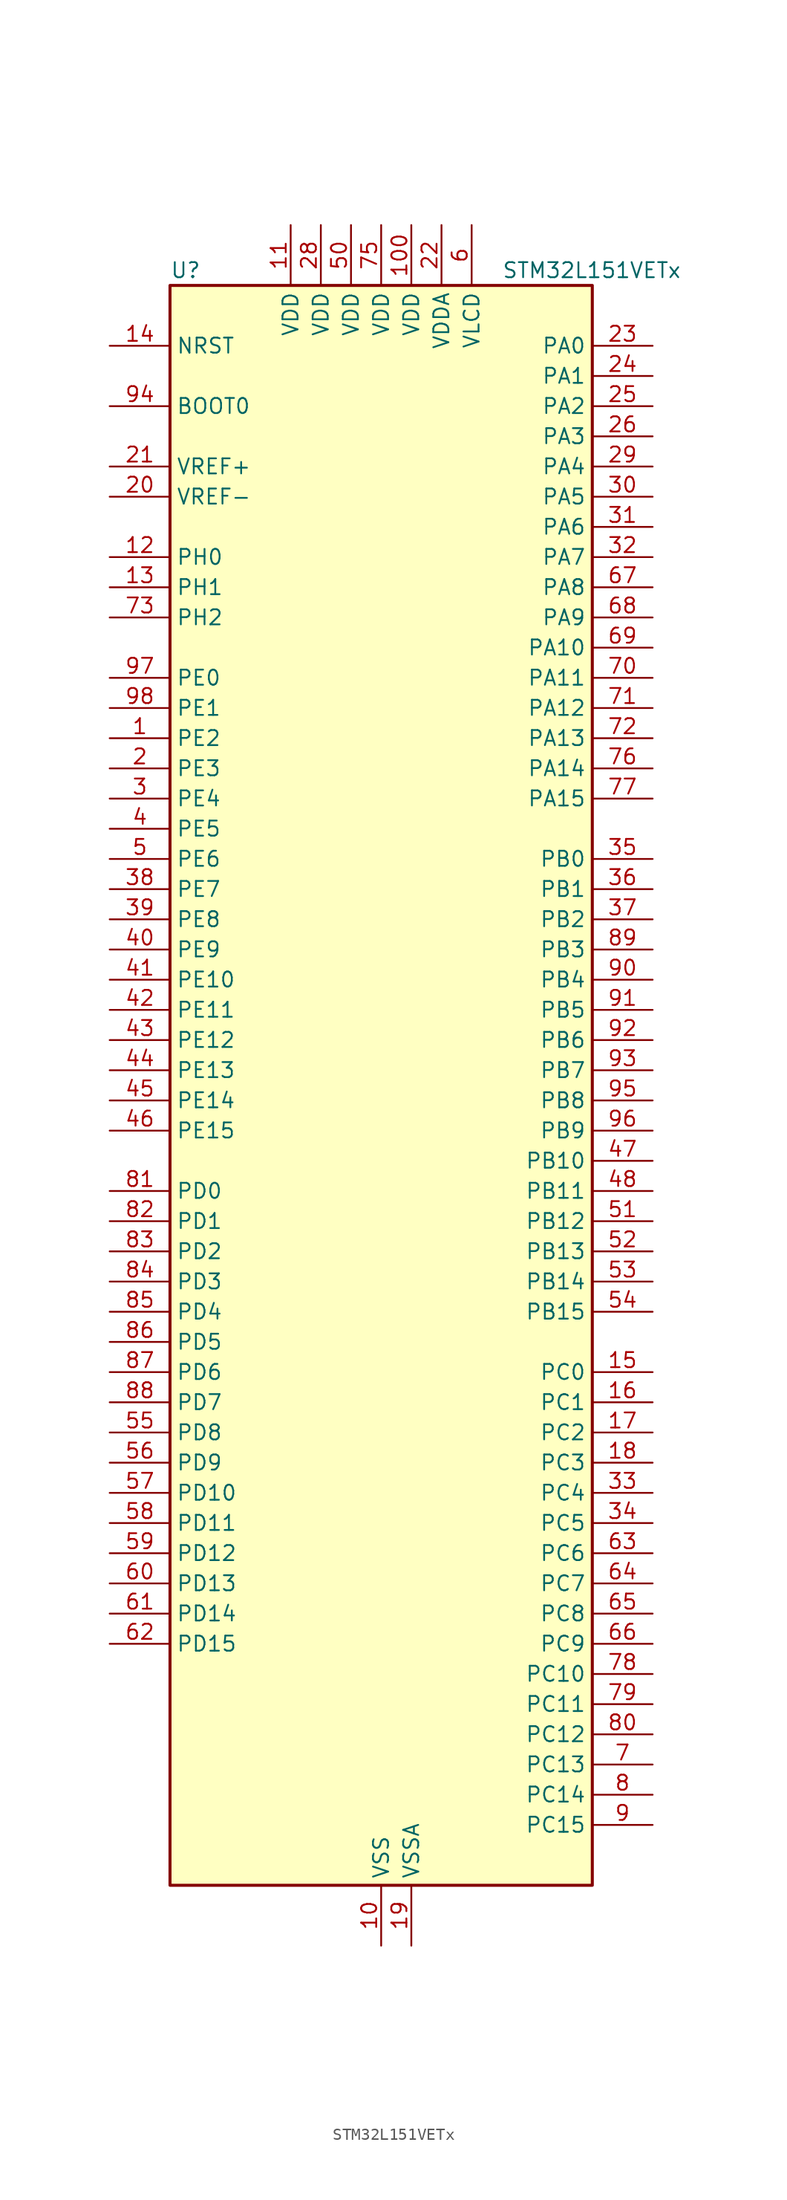
<source format=kicad_sym>
(kicad_symbol_lib
  (version 20241209)
  (generator "kicad_symbol_editor")
  (generator_version "9.0")
  (symbol "STM32L151VETx"
    (property "Reference" "U"
      (at -17.78 69.85 0)
      (effects (font (size 1.27 1.27)) (justify left)))
    (property "Value" "STM32L151VETx"
      (at 10.16 69.85 0)
      (effects (font (size 1.27 1.27)) (justify left)))
    (symbol "STM32L151VETx_0_1"
      (rectangle (start -17.78 -66.04) (end 17.78 68.58) (stroke (width 0.254) (type default)) (fill (type background))))
    (symbol "STM32L151VETx_1_1"
      (pin input line (at -22.86 63.5 0) (length 5.08) (name "NRST" (effects (font (size 1.27 1.27)))) (number "14" (effects (font (size 1.27 1.27)))))
      (pin input line (at -22.86 58.42 0) (length 5.08) (name "BOOT0" (effects (font (size 1.27 1.27)))) (number "94" (effects (font (size 1.27 1.27)))))
      (pin input line (at -22.86 53.34 0) (length 5.08) (name "VREF+" (effects (font (size 1.27 1.27)))) (number "21" (effects (font (size 1.27 1.27)))))
      (pin input line (at -22.86 50.8 0) (length 5.08) (name "VREF-" (effects (font (size 1.27 1.27)))) (number "20" (effects (font (size 1.27 1.27)))))
      (pin bidirectional line (at -22.86 45.72 0) (length 5.08) (name "PH0" (effects (font (size 1.27 1.27)))) (number "12" (effects (font (size 1.27 1.27)))) (alternate "RCC_OSC_IN" bidirectional line))
      (pin bidirectional line (at -22.86 43.18 0) (length 5.08) (name "PH1" (effects (font (size 1.27 1.27)))) (number "13" (effects (font (size 1.27 1.27)))) (alternate "RCC_OSC_OUT" bidirectional line))
      (pin bidirectional line (at -22.86 40.64 0) (length 5.08) (name "PH2" (effects (font (size 1.27 1.27)))) (number "73" (effects (font (size 1.27 1.27)))))
      (pin bidirectional line (at -22.86 35.56 0) (length 5.08) (name "PE0" (effects (font (size 1.27 1.27)))) (number "97" (effects (font (size 1.27 1.27)))) (alternate "TIM10_CH1" bidirectional line) (alternate "TIM4_ETR" bidirectional line) (alternate "TIMX_IC1" bidirectional line))
      (pin bidirectional line (at -22.86 33.02 0) (length 5.08) (name "PE1" (effects (font (size 1.27 1.27)))) (number "98" (effects (font (size 1.27 1.27)))) (alternate "TIM11_CH1" bidirectional line) (alternate "TIMX_IC2" bidirectional line))
      (pin bidirectional line (at -22.86 30.48 0) (length 5.08) (name "PE2" (effects (font (size 1.27 1.27)))) (number "1" (effects (font (size 1.27 1.27)))) (alternate "SYS_TRACECK" bidirectional line) (alternate "TIM3_ETR" bidirectional line) (alternate "TIMX_IC3" bidirectional line))
      (pin bidirectional line (at -22.86 27.94 0) (length 5.08) (name "PE3" (effects (font (size 1.27 1.27)))) (number "2" (effects (font (size 1.27 1.27)))) (alternate "SYS_TRACED0" bidirectional line) (alternate "TIM3_CH1" bidirectional line) (alternate "TIMX_IC4" bidirectional line))
      (pin bidirectional line (at -22.86 25.4 0) (length 5.08) (name "PE4" (effects (font (size 1.27 1.27)))) (number "3" (effects (font (size 1.27 1.27)))) (alternate "SYS_TRACED1" bidirectional line) (alternate "TIM3_CH2" bidirectional line) (alternate "TIMX_IC1" bidirectional line))
      (pin bidirectional line (at -22.86 22.86 0) (length 5.08) (name "PE5" (effects (font (size 1.27 1.27)))) (number "4" (effects (font (size 1.27 1.27)))) (alternate "SYS_TRACED2" bidirectional line) (alternate "TIM9_CH1" bidirectional line) (alternate "TIMX_IC2" bidirectional line))
      (pin bidirectional line (at -22.86 20.32 0) (length 5.08) (name "PE6" (effects (font (size 1.27 1.27)))) (number "5" (effects (font (size 1.27 1.27)))) (alternate "RTC_TAMP3" bidirectional line) (alternate "SYS_TRACED3" bidirectional line) (alternate "SYS_WKUP3" bidirectional line) (alternate "TIM9_CH2" bidirectional line) (alternate "TIMX_IC3" bidirectional line))
      (pin bidirectional line (at -22.86 17.78 0) (length 5.08) (name "PE7" (effects (font (size 1.27 1.27)))) (number "38" (effects (font (size 1.27 1.27)))) (alternate "ADC_IN22" bidirectional line) (alternate "COMP1_INP" bidirectional line) (alternate "TIMX_IC4" bidirectional line))
      (pin bidirectional line (at -22.86 15.24 0) (length 5.08) (name "PE8" (effects (font (size 1.27 1.27)))) (number "39" (effects (font (size 1.27 1.27)))) (alternate "ADC_IN23" bidirectional line) (alternate "COMP1_INP" bidirectional line) (alternate "TIMX_IC1" bidirectional line))
      (pin bidirectional line (at -22.86 12.7 0) (length 5.08) (name "PE9" (effects (font (size 1.27 1.27)))) (number "40" (effects (font (size 1.27 1.27)))) (alternate "ADC_IN24" bidirectional line) (alternate "COMP1_INP" bidirectional line) (alternate "DAC_EXTI9" bidirectional line) (alternate "TIM2_CH1" bidirectional line) (alternate "TIM2_ETR" bidirectional line) (alternate "TIMX_IC2" bidirectional line))
      (pin bidirectional line (at -22.86 10.16 0) (length 5.08) (name "PE10" (effects (font (size 1.27 1.27)))) (number "41" (effects (font (size 1.27 1.27)))) (alternate "ADC_IN25" bidirectional line) (alternate "COMP1_INP" bidirectional line) (alternate "TIM2_CH2" bidirectional line) (alternate "TIMX_IC3" bidirectional line))
      (pin bidirectional line (at -22.86 7.62 0) (length 5.08) (name "PE11" (effects (font (size 1.27 1.27)))) (number "42" (effects (font (size 1.27 1.27)))) (alternate "ADC_EXTI11" bidirectional line) (alternate "TIM2_CH3" bidirectional line) (alternate "TIMX_IC4" bidirectional line))
      (pin bidirectional line (at -22.86 5.08 0) (length 5.08) (name "PE12" (effects (font (size 1.27 1.27)))) (number "43" (effects (font (size 1.27 1.27)))) (alternate "SPI1_NSS" bidirectional line) (alternate "TIM2_CH4" bidirectional line) (alternate "TIMX_IC1" bidirectional line))
      (pin bidirectional line (at -22.86 2.54 0) (length 5.08) (name "PE13" (effects (font (size 1.27 1.27)))) (number "44" (effects (font (size 1.27 1.27)))) (alternate "SPI1_SCK" bidirectional line) (alternate "TIMX_IC2" bidirectional line))
      (pin bidirectional line (at -22.86 0 0) (length 5.08) (name "PE14" (effects (font (size 1.27 1.27)))) (number "45" (effects (font (size 1.27 1.27)))) (alternate "SPI1_MISO" bidirectional line) (alternate "TIMX_IC3" bidirectional line))
      (pin bidirectional line (at -22.86 -2.54 0) (length 5.08) (name "PE15" (effects (font (size 1.27 1.27)))) (number "46" (effects (font (size 1.27 1.27)))) (alternate "ADC_EXTI15" bidirectional line) (alternate "SPI1_MOSI" bidirectional line) (alternate "TIMX_IC4" bidirectional line))
      (pin bidirectional line (at -22.86 -7.62 0) (length 5.08) (name "PD0" (effects (font (size 1.27 1.27)))) (number "81" (effects (font (size 1.27 1.27)))) (alternate "I2S2_WS" bidirectional line) (alternate "SPI2_NSS" bidirectional line) (alternate "TIM9_CH1" bidirectional line) (alternate "TIMX_IC1" bidirectional line))
      (pin bidirectional line (at -22.86 -10.16 0) (length 5.08) (name "PD1" (effects (font (size 1.27 1.27)))) (number "82" (effects (font (size 1.27 1.27)))) (alternate "I2S2_CK" bidirectional line) (alternate "SPI2_SCK" bidirectional line) (alternate "TIMX_IC2" bidirectional line))
      (pin bidirectional line (at -22.86 -12.7 0) (length 5.08) (name "PD2" (effects (font (size 1.27 1.27)))) (number "83" (effects (font (size 1.27 1.27)))) (alternate "TIM3_ETR" bidirectional line) (alternate "TIMX_IC3" bidirectional line) (alternate "UART5_RX" bidirectional line))
      (pin bidirectional line (at -22.86 -15.24 0) (length 5.08) (name "PD3" (effects (font (size 1.27 1.27)))) (number "84" (effects (font (size 1.27 1.27)))) (alternate "SPI2_MISO" bidirectional line) (alternate "TIMX_IC4" bidirectional line) (alternate "USART2_CTS" bidirectional line))
      (pin bidirectional line (at -22.86 -17.78 0) (length 5.08) (name "PD4" (effects (font (size 1.27 1.27)))) (number "85" (effects (font (size 1.27 1.27)))) (alternate "I2S2_SD" bidirectional line) (alternate "SPI2_MOSI" bidirectional line) (alternate "TIMX_IC1" bidirectional line) (alternate "USART2_RTS" bidirectional line))
      (pin bidirectional line (at -22.86 -20.32 0) (length 5.08) (name "PD5" (effects (font (size 1.27 1.27)))) (number "86" (effects (font (size 1.27 1.27)))) (alternate "TIMX_IC2" bidirectional line) (alternate "USART2_TX" bidirectional line))
      (pin bidirectional line (at -22.86 -22.86 0) (length 5.08) (name "PD6" (effects (font (size 1.27 1.27)))) (number "87" (effects (font (size 1.27 1.27)))) (alternate "TIMX_IC3" bidirectional line) (alternate "USART2_RX" bidirectional line))
      (pin bidirectional line (at -22.86 -25.4 0) (length 5.08) (name "PD7" (effects (font (size 1.27 1.27)))) (number "88" (effects (font (size 1.27 1.27)))) (alternate "TIM9_CH2" bidirectional line) (alternate "TIMX_IC4" bidirectional line) (alternate "USART2_CK" bidirectional line))
      (pin bidirectional line (at -22.86 -27.94 0) (length 5.08) (name "PD8" (effects (font (size 1.27 1.27)))) (number "55" (effects (font (size 1.27 1.27)))) (alternate "TIMX_IC1" bidirectional line) (alternate "USART3_TX" bidirectional line))
      (pin bidirectional line (at -22.86 -30.48 0) (length 5.08) (name "PD9" (effects (font (size 1.27 1.27)))) (number "56" (effects (font (size 1.27 1.27)))) (alternate "DAC_EXTI9" bidirectional line) (alternate "TIMX_IC2" bidirectional line) (alternate "USART3_RX" bidirectional line))
      (pin bidirectional line (at -22.86 -33.02 0) (length 5.08) (name "PD10" (effects (font (size 1.27 1.27)))) (number "57" (effects (font (size 1.27 1.27)))) (alternate "TIMX_IC3" bidirectional line) (alternate "USART3_CK" bidirectional line))
      (pin bidirectional line (at -22.86 -35.56 0) (length 5.08) (name "PD11" (effects (font (size 1.27 1.27)))) (number "58" (effects (font (size 1.27 1.27)))) (alternate "ADC_EXTI11" bidirectional line) (alternate "TIMX_IC4" bidirectional line) (alternate "USART3_CTS" bidirectional line))
      (pin bidirectional line (at -22.86 -38.1 0) (length 5.08) (name "PD12" (effects (font (size 1.27 1.27)))) (number "59" (effects (font (size 1.27 1.27)))) (alternate "TIM4_CH1" bidirectional line) (alternate "TIMX_IC1" bidirectional line) (alternate "USART3_RTS" bidirectional line))
      (pin bidirectional line (at -22.86 -40.64 0) (length 5.08) (name "PD13" (effects (font (size 1.27 1.27)))) (number "60" (effects (font (size 1.27 1.27)))) (alternate "TIM4_CH2" bidirectional line) (alternate "TIMX_IC2" bidirectional line))
      (pin bidirectional line (at -22.86 -43.18 0) (length 5.08) (name "PD14" (effects (font (size 1.27 1.27)))) (number "61" (effects (font (size 1.27 1.27)))) (alternate "TIM4_CH3" bidirectional line) (alternate "TIMX_IC3" bidirectional line))
      (pin bidirectional line (at -22.86 -45.72 0) (length 5.08) (name "PD15" (effects (font (size 1.27 1.27)))) (number "62" (effects (font (size 1.27 1.27)))) (alternate "ADC_EXTI15" bidirectional line) (alternate "TIM4_CH4" bidirectional line) (alternate "TIMX_IC4" bidirectional line))
      (pin power_in line (at -7.62 73.66 270) (length 5.08) (name "VDD" (effects (font (size 1.27 1.27)))) (number "11" (effects (font (size 1.27 1.27)))))
      (pin power_in line (at -5.08 73.66 270) (length 5.08) (name "VDD" (effects (font (size 1.27 1.27)))) (number "28" (effects (font (size 1.27 1.27)))))
      (pin power_in line (at -2.54 73.66 270) (length 5.08) (name "VDD" (effects (font (size 1.27 1.27)))) (number "50" (effects (font (size 1.27 1.27)))))
      (pin power_in line (at 0 73.66 270) (length 5.08) (name "VDD" (effects (font (size 1.27 1.27)))) (number "75" (effects (font (size 1.27 1.27)))))
      (pin power_in line (at 0 -71.12 90) (length 5.08) (name "VSS" (effects (font (size 1.27 1.27)))) (number "10" (effects (font (size 1.27 1.27)))))
      (pin passive line (at 0 -71.12 90) (length 5.08) (hide yes) (name "VSS" (effects (font (size 1.27 1.27)))) (number "27" (effects (font (size 1.27 1.27)))))
      (pin passive line (at 0 -71.12 90) (length 5.08) (hide yes) (name "VSS" (effects (font (size 1.27 1.27)))) (number "49" (effects (font (size 1.27 1.27)))))
      (pin passive line (at 0 -71.12 90) (length 5.08) (hide yes) (name "VSS" (effects (font (size 1.27 1.27)))) (number "74" (effects (font (size 1.27 1.27)))))
      (pin passive line (at 0 -71.12 90) (length 5.08) (hide yes) (name "VSS" (effects (font (size 1.27 1.27)))) (number "99" (effects (font (size 1.27 1.27)))))
      (pin power_in line (at 2.54 73.66 270) (length 5.08) (name "VDD" (effects (font (size 1.27 1.27)))) (number "100" (effects (font (size 1.27 1.27)))))
      (pin power_in line (at 2.54 -71.12 90) (length 5.08) (name "VSSA" (effects (font (size 1.27 1.27)))) (number "19" (effects (font (size 1.27 1.27)))))
      (pin power_in line (at 5.08 73.66 270) (length 5.08) (name "VDDA" (effects (font (size 1.27 1.27)))) (number "22" (effects (font (size 1.27 1.27)))))
      (pin power_in line (at 7.62 73.66 270) (length 5.08) (name "VLCD" (effects (font (size 1.27 1.27)))) (number "6" (effects (font (size 1.27 1.27)))))
      (pin bidirectional line (at 22.86 63.5 180) (length 5.08) (name "PA0" (effects (font (size 1.27 1.27)))) (number "23" (effects (font (size 1.27 1.27)))) (alternate "ADC_IN0" bidirectional line) (alternate "COMP1_INP" bidirectional line) (alternate "RTC_TAMP2" bidirectional line) (alternate "SYS_WKUP1" bidirectional line) (alternate "TIM2_CH1" bidirectional line) (alternate "TIM2_ETR" bidirectional line) (alternate "TIM5_CH1" bidirectional line) (alternate "TIMX_IC1" bidirectional line) (alternate "TS_G1_IO1" bidirectional line) (alternate "USART2_CTS" bidirectional line))
      (pin bidirectional line (at 22.86 60.96 180) (length 5.08) (name "PA1" (effects (font (size 1.27 1.27)))) (number "24" (effects (font (size 1.27 1.27)))) (alternate "ADC_IN1" bidirectional line) (alternate "COMP1_INP" bidirectional line) (alternate "OPAMP1_VINP" bidirectional line) (alternate "TIM2_CH2" bidirectional line) (alternate "TIM5_CH2" bidirectional line) (alternate "TIMX_IC2" bidirectional line) (alternate "TS_G1_IO2" bidirectional line) (alternate "USART2_RTS" bidirectional line))
      (pin bidirectional line (at 22.86 58.42 180) (length 5.08) (name "PA2" (effects (font (size 1.27 1.27)))) (number "25" (effects (font (size 1.27 1.27)))) (alternate "ADC_IN2" bidirectional line) (alternate "COMP1_INP" bidirectional line) (alternate "OPAMP1_VINM" bidirectional line) (alternate "TIM2_CH3" bidirectional line) (alternate "TIM5_CH3" bidirectional line) (alternate "TIM9_CH1" bidirectional line) (alternate "TIMX_IC3" bidirectional line) (alternate "TS_G1_IO3" bidirectional line) (alternate "USART2_TX" bidirectional line))
      (pin bidirectional line (at 22.86 55.88 180) (length 5.08) (name "PA3" (effects (font (size 1.27 1.27)))) (number "26" (effects (font (size 1.27 1.27)))) (alternate "ADC_IN3" bidirectional line) (alternate "COMP1_INP" bidirectional line) (alternate "OPAMP1_VOUT" bidirectional line) (alternate "TIM2_CH4" bidirectional line) (alternate "TIM5_CH4" bidirectional line) (alternate "TIM9_CH2" bidirectional line) (alternate "TIMX_IC4" bidirectional line) (alternate "TS_G1_IO4" bidirectional line) (alternate "USART2_RX" bidirectional line))
      (pin bidirectional line (at 22.86 53.34 180) (length 5.08) (name "PA4" (effects (font (size 1.27 1.27)))) (number "29" (effects (font (size 1.27 1.27)))) (alternate "ADC_IN4" bidirectional line) (alternate "COMP1_INP" bidirectional line) (alternate "DAC_OUT1" bidirectional line) (alternate "I2S3_WS" bidirectional line) (alternate "SPI1_NSS" bidirectional line) (alternate "SPI3_NSS" bidirectional line) (alternate "TIMX_IC1" bidirectional line) (alternate "USART2_CK" bidirectional line))
      (pin bidirectional line (at 22.86 50.8 180) (length 5.08) (name "PA5" (effects (font (size 1.27 1.27)))) (number "30" (effects (font (size 1.27 1.27)))) (alternate "ADC_IN5" bidirectional line) (alternate "COMP1_INP" bidirectional line) (alternate "DAC_OUT2" bidirectional line) (alternate "SPI1_SCK" bidirectional line) (alternate "TIM2_CH1" bidirectional line) (alternate "TIM2_ETR" bidirectional line) (alternate "TIMX_IC2" bidirectional line))
      (pin bidirectional line (at 22.86 48.26 180) (length 5.08) (name "PA6" (effects (font (size 1.27 1.27)))) (number "31" (effects (font (size 1.27 1.27)))) (alternate "ADC_IN6" bidirectional line) (alternate "COMP1_INP" bidirectional line) (alternate "OPAMP2_VINP" bidirectional line) (alternate "SPI1_MISO" bidirectional line) (alternate "TIM10_CH1" bidirectional line) (alternate "TIM3_CH1" bidirectional line) (alternate "TIMX_IC3" bidirectional line) (alternate "TS_G2_IO1" bidirectional line))
      (pin bidirectional line (at 22.86 45.72 180) (length 5.08) (name "PA7" (effects (font (size 1.27 1.27)))) (number "32" (effects (font (size 1.27 1.27)))) (alternate "ADC_IN7" bidirectional line) (alternate "COMP1_INP" bidirectional line) (alternate "OPAMP2_VINM" bidirectional line) (alternate "SPI1_MOSI" bidirectional line) (alternate "TIM11_CH1" bidirectional line) (alternate "TIM3_CH2" bidirectional line) (alternate "TIMX_IC4" bidirectional line) (alternate "TS_G2_IO2" bidirectional line))
      (pin bidirectional line (at 22.86 43.18 180) (length 5.08) (name "PA8" (effects (font (size 1.27 1.27)))) (number "67" (effects (font (size 1.27 1.27)))) (alternate "RCC_MCO" bidirectional line) (alternate "TIMX_IC1" bidirectional line) (alternate "TS_G4_IO1" bidirectional line) (alternate "USART1_CK" bidirectional line))
      (pin bidirectional line (at 22.86 40.64 180) (length 5.08) (name "PA9" (effects (font (size 1.27 1.27)))) (number "68" (effects (font (size 1.27 1.27)))) (alternate "DAC_EXTI9" bidirectional line) (alternate "TIMX_IC2" bidirectional line) (alternate "TS_G4_IO2" bidirectional line) (alternate "USART1_TX" bidirectional line))
      (pin bidirectional line (at 22.86 38.1 180) (length 5.08) (name "PA10" (effects (font (size 1.27 1.27)))) (number "69" (effects (font (size 1.27 1.27)))) (alternate "TIMX_IC3" bidirectional line) (alternate "TS_G4_IO3" bidirectional line) (alternate "USART1_RX" bidirectional line))
      (pin bidirectional line (at 22.86 35.56 180) (length 5.08) (name "PA11" (effects (font (size 1.27 1.27)))) (number "70" (effects (font (size 1.27 1.27)))) (alternate "ADC_EXTI11" bidirectional line) (alternate "SPI1_MISO" bidirectional line) (alternate "TIMX_IC4" bidirectional line) (alternate "USART1_CTS" bidirectional line) (alternate "USB_DM" bidirectional line))
      (pin bidirectional line (at 22.86 33.02 180) (length 5.08) (name "PA12" (effects (font (size 1.27 1.27)))) (number "71" (effects (font (size 1.27 1.27)))) (alternate "SPI1_MOSI" bidirectional line) (alternate "TIMX_IC1" bidirectional line) (alternate "USART1_RTS" bidirectional line) (alternate "USB_DP" bidirectional line))
      (pin bidirectional line (at 22.86 30.48 180) (length 5.08) (name "PA13" (effects (font (size 1.27 1.27)))) (number "72" (effects (font (size 1.27 1.27)))) (alternate "SYS_JTMS-SWDIO" bidirectional line) (alternate "TIMX_IC2" bidirectional line) (alternate "TS_G5_IO1" bidirectional line))
      (pin bidirectional line (at 22.86 27.94 180) (length 5.08) (name "PA14" (effects (font (size 1.27 1.27)))) (number "76" (effects (font (size 1.27 1.27)))) (alternate "SYS_JTCK-SWCLK" bidirectional line) (alternate "TIMX_IC3" bidirectional line) (alternate "TS_G5_IO2" bidirectional line))
      (pin bidirectional line (at 22.86 25.4 180) (length 5.08) (name "PA15" (effects (font (size 1.27 1.27)))) (number "77" (effects (font (size 1.27 1.27)))) (alternate "ADC_EXTI15" bidirectional line) (alternate "I2S3_WS" bidirectional line) (alternate "SPI1_NSS" bidirectional line) (alternate "SPI3_NSS" bidirectional line) (alternate "SYS_JTDI" bidirectional line) (alternate "TIM2_CH1" bidirectional line) (alternate "TIM2_ETR" bidirectional line) (alternate "TIMX_IC4" bidirectional line) (alternate "TS_G5_IO3" bidirectional line))
      (pin bidirectional line (at 22.86 20.32 180) (length 5.08) (name "PB0" (effects (font (size 1.27 1.27)))) (number "35" (effects (font (size 1.27 1.27)))) (alternate "ADC_IN8" bidirectional line) (alternate "COMP1_INP" bidirectional line) (alternate "OPAMP2_VOUT" bidirectional line) (alternate "SYS_V_REF_OUT" bidirectional line) (alternate "TIM3_CH3" bidirectional line) (alternate "TS_G3_IO1" bidirectional line))
      (pin bidirectional line (at 22.86 17.78 180) (length 5.08) (name "PB1" (effects (font (size 1.27 1.27)))) (number "36" (effects (font (size 1.27 1.27)))) (alternate "ADC_IN9" bidirectional line) (alternate "COMP1_INP" bidirectional line) (alternate "SYS_V_REF_OUT" bidirectional line) (alternate "TIM3_CH4" bidirectional line) (alternate "TS_G3_IO2" bidirectional line))
      (pin bidirectional line (at 22.86 15.24 180) (length 5.08) (name "PB2" (effects (font (size 1.27 1.27)))) (number "37" (effects (font (size 1.27 1.27)))) (alternate "ADC_IN0b" bidirectional line) (alternate "TS_G3_IO3" bidirectional line))
      (pin bidirectional line (at 22.86 12.7 180) (length 5.08) (name "PB3" (effects (font (size 1.27 1.27)))) (number "89" (effects (font (size 1.27 1.27)))) (alternate "COMP2_INM" bidirectional line) (alternate "I2S3_CK" bidirectional line) (alternate "SPI1_SCK" bidirectional line) (alternate "SPI3_SCK" bidirectional line) (alternate "SYS_JTDO-TRACESWO" bidirectional line) (alternate "TIM2_CH2" bidirectional line))
      (pin bidirectional line (at 22.86 10.16 180) (length 5.08) (name "PB4" (effects (font (size 1.27 1.27)))) (number "90" (effects (font (size 1.27 1.27)))) (alternate "COMP2_INP" bidirectional line) (alternate "SPI1_MISO" bidirectional line) (alternate "SPI3_MISO" bidirectional line) (alternate "SYS_JTRST" bidirectional line) (alternate "TIM3_CH1" bidirectional line) (alternate "TS_G6_IO1" bidirectional line))
      (pin bidirectional line (at 22.86 7.62 180) (length 5.08) (name "PB5" (effects (font (size 1.27 1.27)))) (number "91" (effects (font (size 1.27 1.27)))) (alternate "COMP2_INP" bidirectional line) (alternate "I2C1_SMBA" bidirectional line) (alternate "I2S3_SD" bidirectional line) (alternate "SPI1_MOSI" bidirectional line) (alternate "SPI3_MOSI" bidirectional line) (alternate "TIM3_CH2" bidirectional line) (alternate "TS_G6_IO2" bidirectional line))
      (pin bidirectional line (at 22.86 5.08 180) (length 5.08) (name "PB6" (effects (font (size 1.27 1.27)))) (number "92" (effects (font (size 1.27 1.27)))) (alternate "COMP2_INP" bidirectional line) (alternate "I2C1_SCL" bidirectional line) (alternate "TIM4_CH1" bidirectional line) (alternate "TS_G6_IO3" bidirectional line) (alternate "USART1_TX" bidirectional line))
      (pin bidirectional line (at 22.86 2.54 180) (length 5.08) (name "PB7" (effects (font (size 1.27 1.27)))) (number "93" (effects (font (size 1.27 1.27)))) (alternate "COMP2_INP" bidirectional line) (alternate "I2C1_SDA" bidirectional line) (alternate "SYS_PVD_IN" bidirectional line) (alternate "TIM4_CH2" bidirectional line) (alternate "TS_G6_IO4" bidirectional line) (alternate "USART1_RX" bidirectional line))
      (pin bidirectional line (at 22.86 0 180) (length 5.08) (name "PB8" (effects (font (size 1.27 1.27)))) (number "95" (effects (font (size 1.27 1.27)))) (alternate "I2C1_SCL" bidirectional line) (alternate "TIM10_CH1" bidirectional line) (alternate "TIM4_CH3" bidirectional line))
      (pin bidirectional line (at 22.86 -2.54 180) (length 5.08) (name "PB9" (effects (font (size 1.27 1.27)))) (number "96" (effects (font (size 1.27 1.27)))) (alternate "DAC_EXTI9" bidirectional line) (alternate "I2C1_SDA" bidirectional line) (alternate "TIM11_CH1" bidirectional line) (alternate "TIM4_CH4" bidirectional line))
      (pin bidirectional line (at 22.86 -5.08 180) (length 5.08) (name "PB10" (effects (font (size 1.27 1.27)))) (number "47" (effects (font (size 1.27 1.27)))) (alternate "I2C2_SCL" bidirectional line) (alternate "TIM2_CH3" bidirectional line) (alternate "USART3_TX" bidirectional line))
      (pin bidirectional line (at 22.86 -7.62 180) (length 5.08) (name "PB11" (effects (font (size 1.27 1.27)))) (number "48" (effects (font (size 1.27 1.27)))) (alternate "ADC_EXTI11" bidirectional line) (alternate "I2C2_SDA" bidirectional line) (alternate "TIM2_CH4" bidirectional line) (alternate "USART3_RX" bidirectional line))
      (pin bidirectional line (at 22.86 -10.16 180) (length 5.08) (name "PB12" (effects (font (size 1.27 1.27)))) (number "51" (effects (font (size 1.27 1.27)))) (alternate "ADC_IN18" bidirectional line) (alternate "COMP1_INP" bidirectional line) (alternate "I2C2_SMBA" bidirectional line) (alternate "I2S2_WS" bidirectional line) (alternate "SPI2_NSS" bidirectional line) (alternate "TIM10_CH1" bidirectional line) (alternate "TS_G7_IO1" bidirectional line) (alternate "USART3_CK" bidirectional line))
      (pin bidirectional line (at 22.86 -12.7 180) (length 5.08) (name "PB13" (effects (font (size 1.27 1.27)))) (number "52" (effects (font (size 1.27 1.27)))) (alternate "ADC_IN19" bidirectional line) (alternate "COMP1_INP" bidirectional line) (alternate "I2S2_CK" bidirectional line) (alternate "SPI2_SCK" bidirectional line) (alternate "TIM9_CH1" bidirectional line) (alternate "TS_G7_IO2" bidirectional line) (alternate "USART3_CTS" bidirectional line))
      (pin bidirectional line (at 22.86 -15.24 180) (length 5.08) (name "PB14" (effects (font (size 1.27 1.27)))) (number "53" (effects (font (size 1.27 1.27)))) (alternate "ADC_IN20" bidirectional line) (alternate "COMP1_INP" bidirectional line) (alternate "SPI2_MISO" bidirectional line) (alternate "TIM9_CH2" bidirectional line) (alternate "TS_G7_IO3" bidirectional line) (alternate "USART3_RTS" bidirectional line))
      (pin bidirectional line (at 22.86 -17.78 180) (length 5.08) (name "PB15" (effects (font (size 1.27 1.27)))) (number "54" (effects (font (size 1.27 1.27)))) (alternate "ADC_EXTI15" bidirectional line) (alternate "ADC_IN21" bidirectional line) (alternate "COMP1_INP" bidirectional line) (alternate "I2S2_SD" bidirectional line) (alternate "RTC_REFIN" bidirectional line) (alternate "SPI2_MOSI" bidirectional line) (alternate "TIM11_CH1" bidirectional line) (alternate "TS_G7_IO4" bidirectional line))
      (pin bidirectional line (at 22.86 -22.86 180) (length 5.08) (name "PC0" (effects (font (size 1.27 1.27)))) (number "15" (effects (font (size 1.27 1.27)))) (alternate "ADC_IN10" bidirectional line) (alternate "COMP1_INP" bidirectional line) (alternate "TIMX_IC1" bidirectional line) (alternate "TS_G8_IO1" bidirectional line))
      (pin bidirectional line (at 22.86 -25.4 180) (length 5.08) (name "PC1" (effects (font (size 1.27 1.27)))) (number "16" (effects (font (size 1.27 1.27)))) (alternate "ADC_IN11" bidirectional line) (alternate "COMP1_INP" bidirectional line) (alternate "TIMX_IC2" bidirectional line) (alternate "TS_G8_IO2" bidirectional line))
      (pin bidirectional line (at 22.86 -27.94 180) (length 5.08) (name "PC2" (effects (font (size 1.27 1.27)))) (number "17" (effects (font (size 1.27 1.27)))) (alternate "ADC_IN12" bidirectional line) (alternate "COMP1_INP" bidirectional line) (alternate "TIMX_IC3" bidirectional line) (alternate "TS_G8_IO3" bidirectional line))
      (pin bidirectional line (at 22.86 -30.48 180) (length 5.08) (name "PC3" (effects (font (size 1.27 1.27)))) (number "18" (effects (font (size 1.27 1.27)))) (alternate "ADC_IN13" bidirectional line) (alternate "COMP1_INP" bidirectional line) (alternate "TIMX_IC4" bidirectional line) (alternate "TS_G8_IO4" bidirectional line))
      (pin bidirectional line (at 22.86 -33.02 180) (length 5.08) (name "PC4" (effects (font (size 1.27 1.27)))) (number "33" (effects (font (size 1.27 1.27)))) (alternate "ADC_IN14" bidirectional line) (alternate "COMP1_INP" bidirectional line) (alternate "TIMX_IC1" bidirectional line) (alternate "TS_G9_IO1" bidirectional line))
      (pin bidirectional line (at 22.86 -35.56 180) (length 5.08) (name "PC5" (effects (font (size 1.27 1.27)))) (number "34" (effects (font (size 1.27 1.27)))) (alternate "ADC_IN15" bidirectional line) (alternate "COMP1_INP" bidirectional line) (alternate "TIMX_IC2" bidirectional line) (alternate "TS_G9_IO2" bidirectional line))
      (pin bidirectional line (at 22.86 -38.1 180) (length 5.08) (name "PC6" (effects (font (size 1.27 1.27)))) (number "63" (effects (font (size 1.27 1.27)))) (alternate "I2S2_MCK" bidirectional line) (alternate "TIM3_CH1" bidirectional line) (alternate "TIMX_IC3" bidirectional line) (alternate "TS_G10_IO1" bidirectional line))
      (pin bidirectional line (at 22.86 -40.64 180) (length 5.08) (name "PC7" (effects (font (size 1.27 1.27)))) (number "64" (effects (font (size 1.27 1.27)))) (alternate "I2S3_MCK" bidirectional line) (alternate "TIM3_CH2" bidirectional line) (alternate "TIMX_IC4" bidirectional line) (alternate "TS_G10_IO2" bidirectional line))
      (pin bidirectional line (at 22.86 -43.18 180) (length 5.08) (name "PC8" (effects (font (size 1.27 1.27)))) (number "65" (effects (font (size 1.27 1.27)))) (alternate "TIM3_CH3" bidirectional line) (alternate "TIMX_IC1" bidirectional line) (alternate "TS_G10_IO3" bidirectional line))
      (pin bidirectional line (at 22.86 -45.72 180) (length 5.08) (name "PC9" (effects (font (size 1.27 1.27)))) (number "66" (effects (font (size 1.27 1.27)))) (alternate "DAC_EXTI9" bidirectional line) (alternate "TIM3_CH4" bidirectional line) (alternate "TIMX_IC2" bidirectional line) (alternate "TS_G10_IO4" bidirectional line))
      (pin bidirectional line (at 22.86 -48.26 180) (length 5.08) (name "PC10" (effects (font (size 1.27 1.27)))) (number "78" (effects (font (size 1.27 1.27)))) (alternate "I2S3_CK" bidirectional line) (alternate "SPI3_SCK" bidirectional line) (alternate "TIMX_IC3" bidirectional line) (alternate "UART4_TX" bidirectional line) (alternate "USART3_TX" bidirectional line))
      (pin bidirectional line (at 22.86 -50.8 180) (length 5.08) (name "PC11" (effects (font (size 1.27 1.27)))) (number "79" (effects (font (size 1.27 1.27)))) (alternate "ADC_EXTI11" bidirectional line) (alternate "SPI3_MISO" bidirectional line) (alternate "TIMX_IC4" bidirectional line) (alternate "UART4_RX" bidirectional line) (alternate "USART3_RX" bidirectional line))
      (pin bidirectional line (at 22.86 -53.34 180) (length 5.08) (name "PC12" (effects (font (size 1.27 1.27)))) (number "80" (effects (font (size 1.27 1.27)))) (alternate "I2S3_SD" bidirectional line) (alternate "SPI3_MOSI" bidirectional line) (alternate "TIMX_IC1" bidirectional line) (alternate "UART5_TX" bidirectional line) (alternate "USART3_CK" bidirectional line))
      (pin bidirectional line (at 22.86 -55.88 180) (length 5.08) (name "PC13" (effects (font (size 1.27 1.27)))) (number "7" (effects (font (size 1.27 1.27)))) (alternate "RTC_OUT_ALARM" bidirectional line) (alternate "RTC_OUT_CALIB" bidirectional line) (alternate "RTC_TAMP1" bidirectional line) (alternate "RTC_TS" bidirectional line) (alternate "SYS_WKUP2" bidirectional line) (alternate "TIMX_IC2" bidirectional line))
      (pin bidirectional line (at 22.86 -58.42 180) (length 5.08) (name "PC14" (effects (font (size 1.27 1.27)))) (number "8" (effects (font (size 1.27 1.27)))) (alternate "RCC_OSC32_IN" bidirectional line) (alternate "TIMX_IC3" bidirectional line))
      (pin bidirectional line (at 22.86 -60.96 180) (length 5.08) (name "PC15" (effects (font (size 1.27 1.27)))) (number "9" (effects (font (size 1.27 1.27)))) (alternate "ADC_EXTI15" bidirectional line) (alternate "RCC_OSC32_OUT" bidirectional line) (alternate "TIMX_IC4" bidirectional line)))))
</source>
